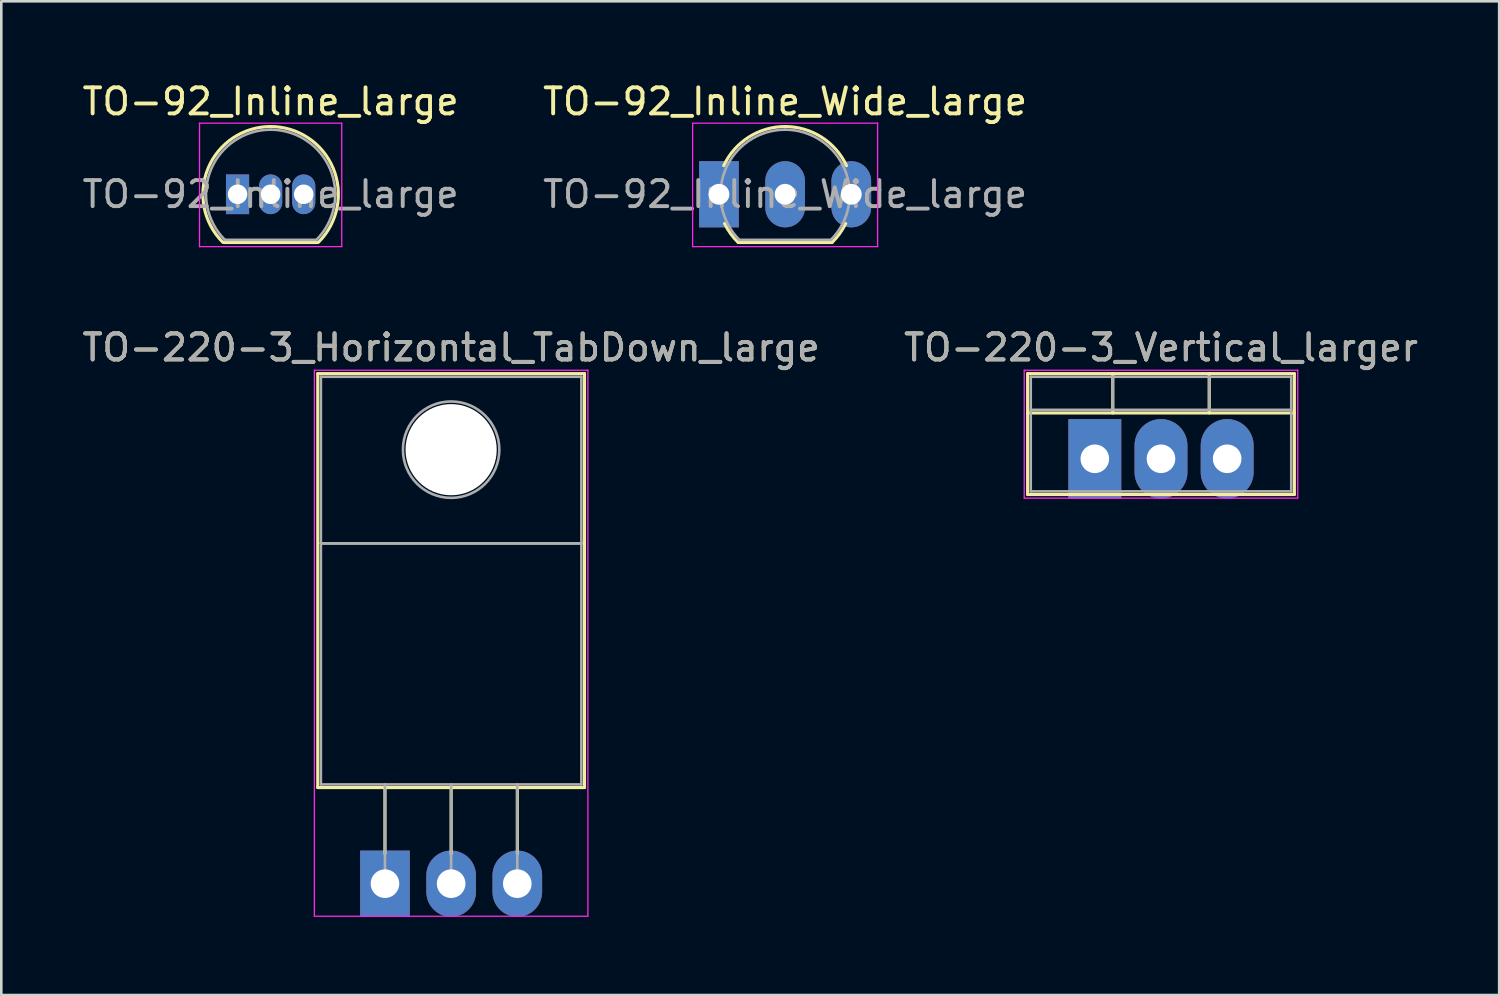
<source format=kicad_pcb>
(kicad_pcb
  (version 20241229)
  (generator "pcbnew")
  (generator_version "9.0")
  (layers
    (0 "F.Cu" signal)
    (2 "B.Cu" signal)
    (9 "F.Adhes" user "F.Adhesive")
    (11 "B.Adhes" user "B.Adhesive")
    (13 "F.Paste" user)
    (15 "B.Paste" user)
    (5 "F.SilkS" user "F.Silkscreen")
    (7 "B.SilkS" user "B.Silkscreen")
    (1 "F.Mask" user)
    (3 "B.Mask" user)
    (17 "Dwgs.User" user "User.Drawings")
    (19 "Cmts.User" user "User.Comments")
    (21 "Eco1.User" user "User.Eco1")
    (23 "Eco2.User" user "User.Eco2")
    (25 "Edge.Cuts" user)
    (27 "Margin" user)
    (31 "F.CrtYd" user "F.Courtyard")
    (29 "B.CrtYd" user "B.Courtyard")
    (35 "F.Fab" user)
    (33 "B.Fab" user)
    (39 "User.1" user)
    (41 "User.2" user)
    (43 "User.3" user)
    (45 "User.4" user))
  (footprint "TO-220-3_Horizontal_TabDown_large"
    (layer "F.Cu")
    (at 11.728 30.872)
    (property "Reference" "TO-220-3_Horizontal_TabDown_large" (at 2.54 -20.58 0) (layer "F.SilkS") (effects (font (size 1 1) (thickness 0.15))))
    (attr through_hole)
    (fp_line (start -2.58 -19.58) (end -2.58 -3.69) (stroke (width 0.12) (type solid)) (layer "F.SilkS"))
    (fp_line (start -2.58 -19.58) (end 7.66 -19.58) (stroke (width 0.12) (type solid)) (layer "F.SilkS"))
    (fp_line (start -2.58 -3.69) (end 7.66 -3.69) (stroke (width 0.12) (type solid)) (layer "F.SilkS"))
    (fp_line (start 0 -3.69) (end 0 -1.15) (stroke (width 0.12) (type solid)) (layer "F.SilkS"))
    (fp_line (start 2.54 -3.69) (end 2.54 -1.15) (stroke (width 0.12) (type solid)) (layer "F.SilkS"))
    (fp_line (start 5.08 -3.69) (end 5.08 -1.15) (stroke (width 0.12) (type solid)) (layer "F.SilkS"))
    (fp_line (start 7.66 -19.58) (end 7.66 -3.69) (stroke (width 0.12) (type solid)) (layer "F.SilkS"))
    (fp_line (start -2.71 -19.71) (end -2.71 1.25) (stroke (width 0.05) (type solid)) (layer "F.CrtYd"))
    (fp_line (start -2.71 1.25) (end 7.79 1.25) (stroke (width 0.05) (type solid)) (layer "F.CrtYd"))
    (fp_line (start 7.79 -19.71) (end -2.71 -19.71) (stroke (width 0.05) (type solid)) (layer "F.CrtYd"))
    (fp_line (start 7.79 1.25) (end 7.79 -19.71) (stroke (width 0.05) (type solid)) (layer "F.CrtYd"))
    (fp_line (start -2.46 -19.46) (end 7.54 -19.46) (stroke (width 0.1) (type solid)) (layer "F.Fab"))
    (fp_line (start -2.46 -13.06) (end -2.46 -19.46) (stroke (width 0.1) (type solid)) (layer "F.Fab"))
    (fp_line (start -2.46 -13.06) (end 7.54 -13.06) (stroke (width 0.1) (type solid)) (layer "F.Fab"))
    (fp_line (start -2.46 -3.81) (end -2.46 -13.06) (stroke (width 0.1) (type solid)) (layer "F.Fab"))
    (fp_line (start 0 -3.81) (end 0 0) (stroke (width 0.1) (type solid)) (layer "F.Fab"))
    (fp_line (start 2.54 -3.81) (end 2.54 0) (stroke (width 0.1) (type solid)) (layer "F.Fab"))
    (fp_line (start 5.08 -3.81) (end 5.08 0) (stroke (width 0.1) (type solid)) (layer "F.Fab"))
    (fp_line (start 7.54 -19.46) (end 7.54 -13.06) (stroke (width 0.1) (type solid)) (layer "F.Fab"))
    (fp_line (start 7.54 -13.06) (end -2.46 -13.06) (stroke (width 0.1) (type solid)) (layer "F.Fab"))
    (fp_line (start 7.54 -13.06) (end 7.54 -3.81) (stroke (width 0.1) (type solid)) (layer "F.Fab"))
    (fp_line (start 7.54 -3.81) (end -2.46 -3.81) (stroke (width 0.1) (type solid)) (layer "F.Fab"))
    (fp_circle (center 2.54 -16.66) (end 4.39 -16.66) (stroke (width 0.1) (type solid)) (fill no) (layer "F.Fab"))
    (fp_text user "${REFERENCE}" (at 2.54 -20.58 0) (layer "F.Fab") (effects (font (size 1 1) (thickness 0.15))))
    (pad "" np_thru_hole oval (at 2.54 -16.66) (size 3.5 3.5) (drill 3.5) (layers "*.Cu" "*.Mask"))
    (pad "1" thru_hole rect (at 0 0) (size 1.905 2.54) (drill 1.1) (layers "*.Cu" "*.Mask"))
    (pad "2" thru_hole oval (at 2.54 0) (size 1.905 2.54) (drill 1.1) (layers "*.Cu" "*.Mask"))
    (pad "3" thru_hole oval (at 5.08 0) (size 1.905 2.54) (drill 1.1) (layers "*.Cu" "*.Mask")))
  (footprint "TO-220-3_Vertical_larger"
    (layer "F.Cu")
    (at 38.978 14.562)
    (property "Reference" "TO-220-3_Vertical_larger" (at 2.54 -4.27 0) (layer "F.SilkS") (effects (font (size 1 1) (thickness 0.15))))
    (attr through_hole)
    (fp_line (start -2.58 -3.27) (end -2.58 1.371) (stroke (width 0.12) (type solid)) (layer "F.SilkS"))
    (fp_line (start -2.58 -3.27) (end 7.66 -3.27) (stroke (width 0.12) (type solid)) (layer "F.SilkS"))
    (fp_line (start -2.58 -1.76) (end 7.66 -1.76) (stroke (width 0.12) (type solid)) (layer "F.SilkS"))
    (fp_line (start -2.58 1.371) (end 7.66 1.371) (stroke (width 0.12) (type solid)) (layer "F.SilkS"))
    (fp_line (start 0.69 -3.27) (end 0.69 -1.76) (stroke (width 0.12) (type solid)) (layer "F.SilkS"))
    (fp_line (start 4.391 -3.27) (end 4.391 -1.76) (stroke (width 0.12) (type solid)) (layer "F.SilkS"))
    (fp_line (start 7.66 -3.27) (end 7.66 1.371) (stroke (width 0.12) (type solid)) (layer "F.SilkS"))
    (fp_line (start -2.71 -3.4) (end -2.71 1.51) (stroke (width 0.05) (type solid)) (layer "F.CrtYd"))
    (fp_line (start -2.71 1.51) (end 7.79 1.51) (stroke (width 0.05) (type solid)) (layer "F.CrtYd"))
    (fp_line (start 7.79 -3.4) (end -2.71 -3.4) (stroke (width 0.05) (type solid)) (layer "F.CrtYd"))
    (fp_line (start 7.79 1.51) (end 7.79 -3.4) (stroke (width 0.05) (type solid)) (layer "F.CrtYd"))
    (fp_line (start -2.46 -3.15) (end -2.46 1.25) (stroke (width 0.1) (type solid)) (layer "F.Fab"))
    (fp_line (start -2.46 -1.88) (end 7.54 -1.88) (stroke (width 0.1) (type solid)) (layer "F.Fab"))
    (fp_line (start -2.46 1.25) (end 7.54 1.25) (stroke (width 0.1) (type solid)) (layer "F.Fab"))
    (fp_line (start 0.69 -3.15) (end 0.69 -1.88) (stroke (width 0.1) (type solid)) (layer "F.Fab"))
    (fp_line (start 4.39 -3.15) (end 4.39 -1.88) (stroke (width 0.1) (type solid)) (layer "F.Fab"))
    (fp_line (start 7.54 -3.15) (end -2.46 -3.15) (stroke (width 0.1) (type solid)) (layer "F.Fab"))
    (fp_line (start 7.54 1.25) (end 7.54 -3.15) (stroke (width 0.1) (type solid)) (layer "F.Fab"))
    (fp_text user "${REFERENCE}" (at 2.54 -4.27 0) (layer "F.Fab") (effects (font (size 1 1) (thickness 0.15))))
    (pad "1" thru_hole rect (at 0 0) (size 2.032 3.048) (drill 1.1) (layers "*.Cu" "*.Mask"))
    (pad "2" thru_hole oval (at 2.54 0) (size 2.032 3.048) (drill 1.1) (layers "*.Cu" "*.Mask"))
    (pad "3" thru_hole oval (at 5.08 0) (size 2.032 3.048) (drill 1.1) (layers "*.Cu" "*.Mask")))
  (footprint "TO-92_Inline_Wide_large"
    (layer "F.Cu")
    (at 24.549 4.408)
    (property "Reference" "TO-92_Inline_Wide_large" (at 2.54 -3.56 0) (layer "F.SilkS") (effects (font (size 1 1) (thickness 0.15))))
    (attr through_hole)
    (fp_line (start 0.74 1.85) (end 4.34 1.85) (stroke (width 0.12) (type solid)) (layer "F.SilkS"))
    (fp_arc (start 0.1836 -1.098807) (mid 1.143021 -2.192817) (end 2.54 -2.6) (stroke (width 0.12) (type solid)) (layer "F.SilkS"))
    (fp_arc (start 0.74 1.85) (mid 0.446097 1.509328) (end 0.215816 1.122795) (stroke (width 0.12) (type solid)) (layer "F.SilkS"))
    (fp_arc (start 2.54 -2.6) (mid 3.936979 -2.192818) (end 4.8964 -1.098807) (stroke (width 0.12) (type solid)) (layer "F.SilkS"))
    (fp_arc (start 4.864184 1.122795) (mid 4.633903 1.509328) (end 4.34 1.85) (stroke (width 0.12) (type solid)) (layer "F.SilkS"))
    (fp_line (start -1.01 -2.73) (end -1.01 2.01) (stroke (width 0.05) (type solid)) (layer "F.CrtYd"))
    (fp_line (start -1.01 -2.73) (end 6.09 -2.73) (stroke (width 0.05) (type solid)) (layer "F.CrtYd"))
    (fp_line (start 6.09 2.01) (end -1.01 2.01) (stroke (width 0.05) (type solid)) (layer "F.CrtYd"))
    (fp_line (start 6.09 2.01) (end 6.09 -2.73) (stroke (width 0.05) (type solid)) (layer "F.CrtYd"))
    (fp_line (start 0.8 1.75) (end 4.3 1.75) (stroke (width 0.1) (type solid)) (layer "F.Fab"))
    (fp_arc (start 0.786375 1.753625) (mid 0.248779 -0.949055) (end 2.54 -2.48) (stroke (width 0.1) (type solid)) (layer "F.Fab"))
    (fp_arc (start 2.54 -2.48) (mid 4.831221 -0.949055) (end 4.293625 1.753625) (stroke (width 0.1) (type solid)) (layer "F.Fab"))
    (fp_text user "${REFERENCE}" (at 2.54 0 0) (layer "F.Fab") (effects (font (size 1 1) (thickness 0.15))))
    (pad "1" thru_hole rect (at 0 0) (size 1.524 2.54) (drill 0.8) (layers "*.Cu" "*.Mask"))
    (pad "2" thru_hole oval (at 2.54 0) (size 1.524 2.54) (drill 0.8) (layers "*.Cu" "*.Mask"))
    (pad "3" thru_hole oval (at 5.08 0) (size 1.524 2.54) (drill 0.8) (layers "*.Cu" "*.Mask")))
  (footprint "TO-92_Inline_large"
    (layer "F.Cu")
    (at 6.069 4.408)
    (property "Reference" "TO-92_Inline_large" (at 1.27 -3.56 0) (layer "F.SilkS") (effects (font (size 1 1) (thickness 0.15))))
    (attr through_hole)
    (fp_line (start -0.53 1.85) (end 3.07 1.85) (stroke (width 0.12) (type solid)) (layer "F.SilkS"))
    (fp_arc (start -0.568478 1.838478) (mid -1.132087 -0.994977) (end 1.27 -2.6) (stroke (width 0.12) (type solid)) (layer "F.SilkS"))
    (fp_arc (start 1.27 -2.6) (mid 3.672087 -0.994977) (end 3.108478 1.838478) (stroke (width 0.12) (type solid)) (layer "F.SilkS"))
    (fp_line (start -1.46 -2.73) (end -1.46 2.01) (stroke (width 0.05) (type solid)) (layer "F.CrtYd"))
    (fp_line (start -1.46 -2.73) (end 4 -2.73) (stroke (width 0.05) (type solid)) (layer "F.CrtYd"))
    (fp_line (start 4 2.01) (end -1.46 2.01) (stroke (width 0.05) (type solid)) (layer "F.CrtYd"))
    (fp_line (start 4 2.01) (end 4 -2.73) (stroke (width 0.05) (type solid)) (layer "F.CrtYd"))
    (fp_line (start -0.5 1.75) (end 3 1.75) (stroke (width 0.1) (type solid)) (layer "F.Fab"))
    (fp_arc (start -0.483625 1.753625) (mid -1.021221 -0.949055) (end 1.27 -2.48) (stroke (width 0.1) (type solid)) (layer "F.Fab"))
    (fp_arc (start 1.27 -2.48) (mid 3.561221 -0.949055) (end 3.023625 1.753625) (stroke (width 0.1) (type solid)) (layer "F.Fab"))
    (fp_text user "${REFERENCE}" (at 1.27 0 0) (layer "F.Fab") (effects (font (size 1 1) (thickness 0.15))))
    (pad "1" thru_hole rect (at 0 0) (size 0.889 1.524) (drill 0.75) (layers "*.Cu" "*.Mask"))
    (pad "2" thru_hole oval (at 1.27 0) (size 0.889 1.524) (drill 0.75) (layers "*.Cu" "*.Mask"))
    (pad "3" thru_hole oval (at 2.54 0) (size 0.889 1.524) (drill 0.75) (layers "*.Cu" "*.Mask")))
  (gr_rect
    (start -3 -3)
    (end 54.5 35.147)
    (stroke (width 0.1) (type default))
    (fill no)
    (layer "Edge.Cuts")))
</source>
